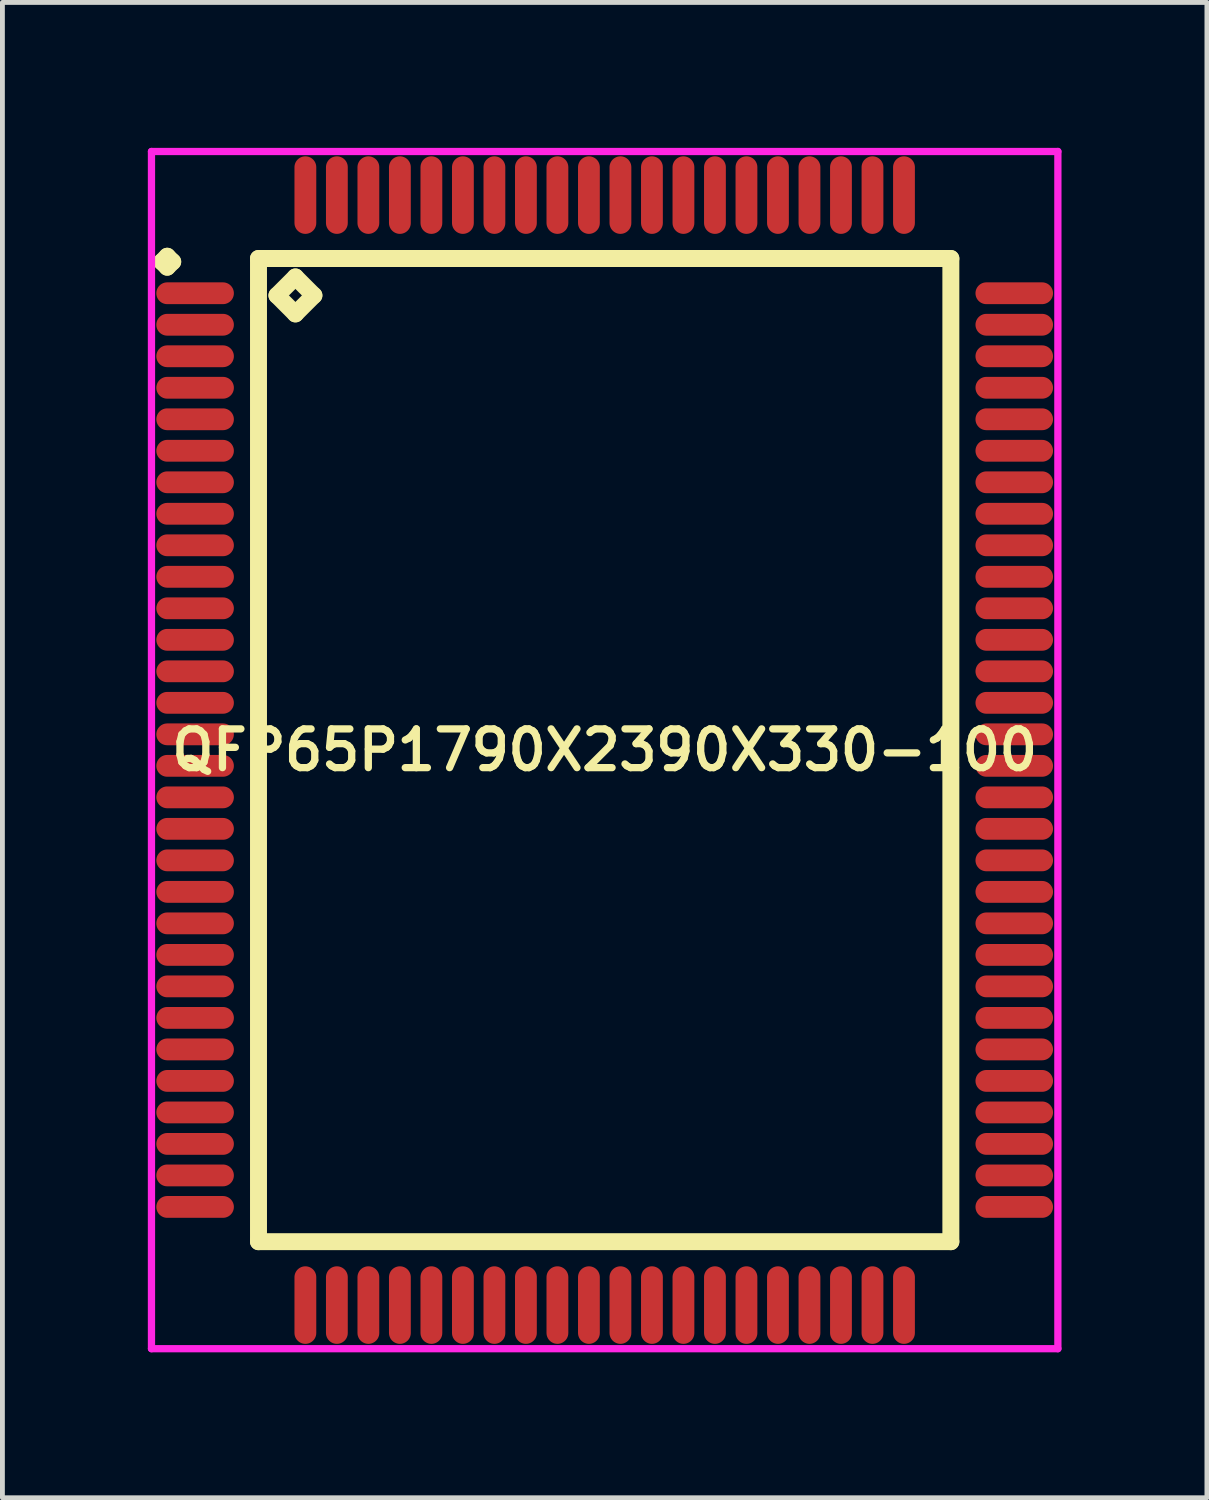
<source format=kicad_pcb>
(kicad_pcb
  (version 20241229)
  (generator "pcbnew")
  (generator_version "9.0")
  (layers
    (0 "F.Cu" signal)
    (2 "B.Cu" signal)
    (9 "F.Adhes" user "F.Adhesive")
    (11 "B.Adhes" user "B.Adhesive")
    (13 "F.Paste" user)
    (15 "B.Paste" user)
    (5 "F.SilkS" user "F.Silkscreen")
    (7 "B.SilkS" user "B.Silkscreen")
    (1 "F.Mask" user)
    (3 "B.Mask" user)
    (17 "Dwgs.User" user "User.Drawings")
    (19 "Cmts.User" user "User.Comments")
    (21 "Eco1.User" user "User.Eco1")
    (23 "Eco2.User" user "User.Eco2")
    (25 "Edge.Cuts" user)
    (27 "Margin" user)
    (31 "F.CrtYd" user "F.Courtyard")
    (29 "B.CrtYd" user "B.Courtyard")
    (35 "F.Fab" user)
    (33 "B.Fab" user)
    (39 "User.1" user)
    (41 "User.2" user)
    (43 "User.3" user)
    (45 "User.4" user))
  (footprint "QFP65P1790X2390X330-100"
    (layer "F.Cu")
    (at 9.425 12.425)
    (property "Reference" "QFP65P1790X2390X330-100" (at 0 0 0) (layer "F.SilkS") (effects (font (size 0.8 0.8) (thickness 0.15))))
    (attr smd)
    (fp_line (start -9.137 -10.075) (end -9.025 -10.188) (stroke (width 0.35) (type solid)) (layer "F.SilkS"))
    (fp_line (start -9.025 -10.188) (end -8.912 -10.075) (stroke (width 0.35) (type solid)) (layer "F.SilkS"))
    (fp_line (start -9.025 -9.963) (end -9.137 -10.075) (stroke (width 0.35) (type solid)) (layer "F.SilkS"))
    (fp_line (start -8.912 -10.075) (end -9.025 -9.963) (stroke (width 0.35) (type solid)) (layer "F.SilkS"))
    (fp_line (start -7.142 -10.142) (end -7.142 10.142) (stroke (width 0.35) (type solid)) (layer "F.SilkS"))
    (fp_line (start -7.142 10.142) (end 7.142 10.142) (stroke (width 0.35) (type solid)) (layer "F.SilkS"))
    (fp_line (start -6.761 -9.38) (end -6.38 -9.761) (stroke (width 0.35) (type solid)) (layer "F.SilkS"))
    (fp_line (start -6.38 -9.761) (end -5.999 -9.38) (stroke (width 0.35) (type solid)) (layer "F.SilkS"))
    (fp_line (start -6.38 -8.999) (end -6.761 -9.38) (stroke (width 0.35) (type solid)) (layer "F.SilkS"))
    (fp_line (start -5.999 -9.38) (end -6.38 -8.999) (stroke (width 0.35) (type solid)) (layer "F.SilkS"))
    (fp_line (start 7.142 -10.142) (end -7.142 -10.142) (stroke (width 0.35) (type solid)) (layer "F.SilkS"))
    (fp_line (start 7.142 10.142) (end 7.142 -10.142) (stroke (width 0.35) (type solid)) (layer "F.SilkS"))
    (fp_line (start -9.35 -12.35) (end 9.35 -12.35) (stroke (width 0.15) (type solid)) (layer "F.CrtYd"))
    (fp_line (start -9.35 12.35) (end -9.35 -12.35) (stroke (width 0.15) (type solid)) (layer "F.CrtYd"))
    (fp_line (start 9.35 -12.35) (end 9.35 12.35) (stroke (width 0.15) (type solid)) (layer "F.CrtYd"))
    (fp_line (start 9.35 12.35) (end -9.35 12.35) (stroke (width 0.15) (type solid)) (layer "F.CrtYd"))
    (pad "1" smd oval (at -8.45 -9.425) (size 1.6 0.45) (layers "F.Cu" "F.Mask" "F.Paste"))
    (pad "2" smd oval (at -8.45 -8.775) (size 1.6 0.45) (layers "F.Cu" "F.Mask" "F.Paste"))
    (pad "3" smd oval (at -8.45 -8.125) (size 1.6 0.45) (layers "F.Cu" "F.Mask" "F.Paste"))
    (pad "4" smd oval (at -8.45 -7.475) (size 1.6 0.45) (layers "F.Cu" "F.Mask" "F.Paste"))
    (pad "5" smd oval (at -8.45 -6.825) (size 1.6 0.45) (layers "F.Cu" "F.Mask" "F.Paste"))
    (pad "6" smd oval (at -8.45 -6.175) (size 1.6 0.45) (layers "F.Cu" "F.Mask" "F.Paste"))
    (pad "7" smd oval (at -8.45 -5.525) (size 1.6 0.45) (layers "F.Cu" "F.Mask" "F.Paste"))
    (pad "8" smd oval (at -8.45 -4.875) (size 1.6 0.45) (layers "F.Cu" "F.Mask" "F.Paste"))
    (pad "9" smd oval (at -8.45 -4.225) (size 1.6 0.45) (layers "F.Cu" "F.Mask" "F.Paste"))
    (pad "10" smd oval (at -8.45 -3.575) (size 1.6 0.45) (layers "F.Cu" "F.Mask" "F.Paste"))
    (pad "11" smd oval (at -8.45 -2.925) (size 1.6 0.45) (layers "F.Cu" "F.Mask" "F.Paste"))
    (pad "12" smd oval (at -8.45 -2.275) (size 1.6 0.45) (layers "F.Cu" "F.Mask" "F.Paste"))
    (pad "13" smd oval (at -8.45 -1.625) (size 1.6 0.45) (layers "F.Cu" "F.Mask" "F.Paste"))
    (pad "14" smd oval (at -8.45 -0.975) (size 1.6 0.45) (layers "F.Cu" "F.Mask" "F.Paste"))
    (pad "15" smd oval (at -8.45 -0.325) (size 1.6 0.45) (layers "F.Cu" "F.Mask" "F.Paste"))
    (pad "16" smd oval (at -8.45 0.325) (size 1.6 0.45) (layers "F.Cu" "F.Mask" "F.Paste"))
    (pad "17" smd oval (at -8.45 0.975) (size 1.6 0.45) (layers "F.Cu" "F.Mask" "F.Paste"))
    (pad "18" smd oval (at -8.45 1.625) (size 1.6 0.45) (layers "F.Cu" "F.Mask" "F.Paste"))
    (pad "19" smd oval (at -8.45 2.275) (size 1.6 0.45) (layers "F.Cu" "F.Mask" "F.Paste"))
    (pad "20" smd oval (at -8.45 2.925) (size 1.6 0.45) (layers "F.Cu" "F.Mask" "F.Paste"))
    (pad "21" smd oval (at -8.45 3.575) (size 1.6 0.45) (layers "F.Cu" "F.Mask" "F.Paste"))
    (pad "22" smd oval (at -8.45 4.225) (size 1.6 0.45) (layers "F.Cu" "F.Mask" "F.Paste"))
    (pad "23" smd oval (at -8.45 4.875) (size 1.6 0.45) (layers "F.Cu" "F.Mask" "F.Paste"))
    (pad "24" smd oval (at -8.45 5.525) (size 1.6 0.45) (layers "F.Cu" "F.Mask" "F.Paste"))
    (pad "25" smd oval (at -8.45 6.175) (size 1.6 0.45) (layers "F.Cu" "F.Mask" "F.Paste"))
    (pad "26" smd oval (at -8.45 6.825) (size 1.6 0.45) (layers "F.Cu" "F.Mask" "F.Paste"))
    (pad "27" smd oval (at -8.45 7.475) (size 1.6 0.45) (layers "F.Cu" "F.Mask" "F.Paste"))
    (pad "28" smd oval (at -8.45 8.125) (size 1.6 0.45) (layers "F.Cu" "F.Mask" "F.Paste"))
    (pad "29" smd oval (at -8.45 8.775) (size 1.6 0.45) (layers "F.Cu" "F.Mask" "F.Paste"))
    (pad "30" smd oval (at -8.45 9.425) (size 1.6 0.45) (layers "F.Cu" "F.Mask" "F.Paste"))
    (pad "31" smd oval (at -6.175 11.45) (size 0.45 1.6) (layers "F.Cu" "F.Mask" "F.Paste"))
    (pad "32" smd oval (at -5.525 11.45) (size 0.45 1.6) (layers "F.Cu" "F.Mask" "F.Paste"))
    (pad "33" smd oval (at -4.875 11.45) (size 0.45 1.6) (layers "F.Cu" "F.Mask" "F.Paste"))
    (pad "34" smd oval (at -4.225 11.45) (size 0.45 1.6) (layers "F.Cu" "F.Mask" "F.Paste"))
    (pad "35" smd oval (at -3.575 11.45) (size 0.45 1.6) (layers "F.Cu" "F.Mask" "F.Paste"))
    (pad "36" smd oval (at -2.925 11.45) (size 0.45 1.6) (layers "F.Cu" "F.Mask" "F.Paste"))
    (pad "37" smd oval (at -2.275 11.45) (size 0.45 1.6) (layers "F.Cu" "F.Mask" "F.Paste"))
    (pad "38" smd oval (at -1.625 11.45) (size 0.45 1.6) (layers "F.Cu" "F.Mask" "F.Paste"))
    (pad "39" smd oval (at -0.975 11.45) (size 0.45 1.6) (layers "F.Cu" "F.Mask" "F.Paste"))
    (pad "40" smd oval (at -0.325 11.45) (size 0.45 1.6) (layers "F.Cu" "F.Mask" "F.Paste"))
    (pad "41" smd oval (at 0.325 11.45) (size 0.45 1.6) (layers "F.Cu" "F.Mask" "F.Paste"))
    (pad "42" smd oval (at 0.975 11.45) (size 0.45 1.6) (layers "F.Cu" "F.Mask" "F.Paste"))
    (pad "43" smd oval (at 1.625 11.45) (size 0.45 1.6) (layers "F.Cu" "F.Mask" "F.Paste"))
    (pad "44" smd oval (at 2.275 11.45) (size 0.45 1.6) (layers "F.Cu" "F.Mask" "F.Paste"))
    (pad "45" smd oval (at 2.925 11.45) (size 0.45 1.6) (layers "F.Cu" "F.Mask" "F.Paste"))
    (pad "46" smd oval (at 3.575 11.45) (size 0.45 1.6) (layers "F.Cu" "F.Mask" "F.Paste"))
    (pad "47" smd oval (at 4.225 11.45) (size 0.45 1.6) (layers "F.Cu" "F.Mask" "F.Paste"))
    (pad "48" smd oval (at 4.875 11.45) (size 0.45 1.6) (layers "F.Cu" "F.Mask" "F.Paste"))
    (pad "49" smd oval (at 5.525 11.45) (size 0.45 1.6) (layers "F.Cu" "F.Mask" "F.Paste"))
    (pad "50" smd oval (at 6.175 11.45) (size 0.45 1.6) (layers "F.Cu" "F.Mask" "F.Paste"))
    (pad "51" smd oval (at 8.45 9.425) (size 1.6 0.45) (layers "F.Cu" "F.Mask" "F.Paste"))
    (pad "52" smd oval (at 8.45 8.775) (size 1.6 0.45) (layers "F.Cu" "F.Mask" "F.Paste"))
    (pad "53" smd oval (at 8.45 8.125) (size 1.6 0.45) (layers "F.Cu" "F.Mask" "F.Paste"))
    (pad "54" smd oval (at 8.45 7.475) (size 1.6 0.45) (layers "F.Cu" "F.Mask" "F.Paste"))
    (pad "55" smd oval (at 8.45 6.825) (size 1.6 0.45) (layers "F.Cu" "F.Mask" "F.Paste"))
    (pad "56" smd oval (at 8.45 6.175) (size 1.6 0.45) (layers "F.Cu" "F.Mask" "F.Paste"))
    (pad "57" smd oval (at 8.45 5.525) (size 1.6 0.45) (layers "F.Cu" "F.Mask" "F.Paste"))
    (pad "58" smd oval (at 8.45 4.875) (size 1.6 0.45) (layers "F.Cu" "F.Mask" "F.Paste"))
    (pad "59" smd oval (at 8.45 4.225) (size 1.6 0.45) (layers "F.Cu" "F.Mask" "F.Paste"))
    (pad "60" smd oval (at 8.45 3.575) (size 1.6 0.45) (layers "F.Cu" "F.Mask" "F.Paste"))
    (pad "61" smd oval (at 8.45 2.925) (size 1.6 0.45) (layers "F.Cu" "F.Mask" "F.Paste"))
    (pad "62" smd oval (at 8.45 2.275) (size 1.6 0.45) (layers "F.Cu" "F.Mask" "F.Paste"))
    (pad "63" smd oval (at 8.45 1.625) (size 1.6 0.45) (layers "F.Cu" "F.Mask" "F.Paste"))
    (pad "64" smd oval (at 8.45 0.975) (size 1.6 0.45) (layers "F.Cu" "F.Mask" "F.Paste"))
    (pad "65" smd oval (at 8.45 0.325) (size 1.6 0.45) (layers "F.Cu" "F.Mask" "F.Paste"))
    (pad "66" smd oval (at 8.45 -0.325) (size 1.6 0.45) (layers "F.Cu" "F.Mask" "F.Paste"))
    (pad "67" smd oval (at 8.45 -0.975) (size 1.6 0.45) (layers "F.Cu" "F.Mask" "F.Paste"))
    (pad "68" smd oval (at 8.45 -1.625) (size 1.6 0.45) (layers "F.Cu" "F.Mask" "F.Paste"))
    (pad "69" smd oval (at 8.45 -2.275) (size 1.6 0.45) (layers "F.Cu" "F.Mask" "F.Paste"))
    (pad "70" smd oval (at 8.45 -2.925) (size 1.6 0.45) (layers "F.Cu" "F.Mask" "F.Paste"))
    (pad "71" smd oval (at 8.45 -3.575) (size 1.6 0.45) (layers "F.Cu" "F.Mask" "F.Paste"))
    (pad "72" smd oval (at 8.45 -4.225) (size 1.6 0.45) (layers "F.Cu" "F.Mask" "F.Paste"))
    (pad "73" smd oval (at 8.45 -4.875) (size 1.6 0.45) (layers "F.Cu" "F.Mask" "F.Paste"))
    (pad "74" smd oval (at 8.45 -5.525) (size 1.6 0.45) (layers "F.Cu" "F.Mask" "F.Paste"))
    (pad "75" smd oval (at 8.45 -6.175) (size 1.6 0.45) (layers "F.Cu" "F.Mask" "F.Paste"))
    (pad "76" smd oval (at 8.45 -6.825) (size 1.6 0.45) (layers "F.Cu" "F.Mask" "F.Paste"))
    (pad "77" smd oval (at 8.45 -7.475) (size 1.6 0.45) (layers "F.Cu" "F.Mask" "F.Paste"))
    (pad "78" smd oval (at 8.45 -8.125) (size 1.6 0.45) (layers "F.Cu" "F.Mask" "F.Paste"))
    (pad "79" smd oval (at 8.45 -8.775) (size 1.6 0.45) (layers "F.Cu" "F.Mask" "F.Paste"))
    (pad "80" smd oval (at 8.45 -9.425) (size 1.6 0.45) (layers "F.Cu" "F.Mask" "F.Paste"))
    (pad "81" smd oval (at 6.175 -11.45) (size 0.45 1.6) (layers "F.Cu" "F.Mask" "F.Paste"))
    (pad "82" smd oval (at 5.525 -11.45) (size 0.45 1.6) (layers "F.Cu" "F.Mask" "F.Paste"))
    (pad "83" smd oval (at 4.875 -11.45) (size 0.45 1.6) (layers "F.Cu" "F.Mask" "F.Paste"))
    (pad "84" smd oval (at 4.225 -11.45) (size 0.45 1.6) (layers "F.Cu" "F.Mask" "F.Paste"))
    (pad "85" smd oval (at 3.575 -11.45) (size 0.45 1.6) (layers "F.Cu" "F.Mask" "F.Paste"))
    (pad "86" smd oval (at 2.925 -11.45) (size 0.45 1.6) (layers "F.Cu" "F.Mask" "F.Paste"))
    (pad "87" smd oval (at 2.275 -11.45) (size 0.45 1.6) (layers "F.Cu" "F.Mask" "F.Paste"))
    (pad "88" smd oval (at 1.625 -11.45) (size 0.45 1.6) (layers "F.Cu" "F.Mask" "F.Paste"))
    (pad "89" smd oval (at 0.975 -11.45) (size 0.45 1.6) (layers "F.Cu" "F.Mask" "F.Paste"))
    (pad "90" smd oval (at 0.325 -11.45) (size 0.45 1.6) (layers "F.Cu" "F.Mask" "F.Paste"))
    (pad "91" smd oval (at -0.325 -11.45) (size 0.45 1.6) (layers "F.Cu" "F.Mask" "F.Paste"))
    (pad "92" smd oval (at -0.975 -11.45) (size 0.45 1.6) (layers "F.Cu" "F.Mask" "F.Paste"))
    (pad "93" smd oval (at -1.625 -11.45) (size 0.45 1.6) (layers "F.Cu" "F.Mask" "F.Paste"))
    (pad "94" smd oval (at -2.275 -11.45) (size 0.45 1.6) (layers "F.Cu" "F.Mask" "F.Paste"))
    (pad "95" smd oval (at -2.925 -11.45) (size 0.45 1.6) (layers "F.Cu" "F.Mask" "F.Paste"))
    (pad "96" smd oval (at -3.575 -11.45) (size 0.45 1.6) (layers "F.Cu" "F.Mask" "F.Paste"))
    (pad "97" smd oval (at -4.225 -11.45) (size 0.45 1.6) (layers "F.Cu" "F.Mask" "F.Paste"))
    (pad "98" smd oval (at -4.875 -11.45) (size 0.45 1.6) (layers "F.Cu" "F.Mask" "F.Paste"))
    (pad "99" smd oval (at -5.525 -11.45) (size 0.45 1.6) (layers "F.Cu" "F.Mask" "F.Paste"))
    (pad "100" smd oval (at -6.175 -11.45) (size 0.45 1.6) (layers "F.Cu" "F.Mask" "F.Paste")))
  (gr_rect
    (start -3 -3)
    (end 21.85 27.85)
    (stroke (width 0.1) (type default))
    (fill no)
    (layer "Edge.Cuts")))
</source>
